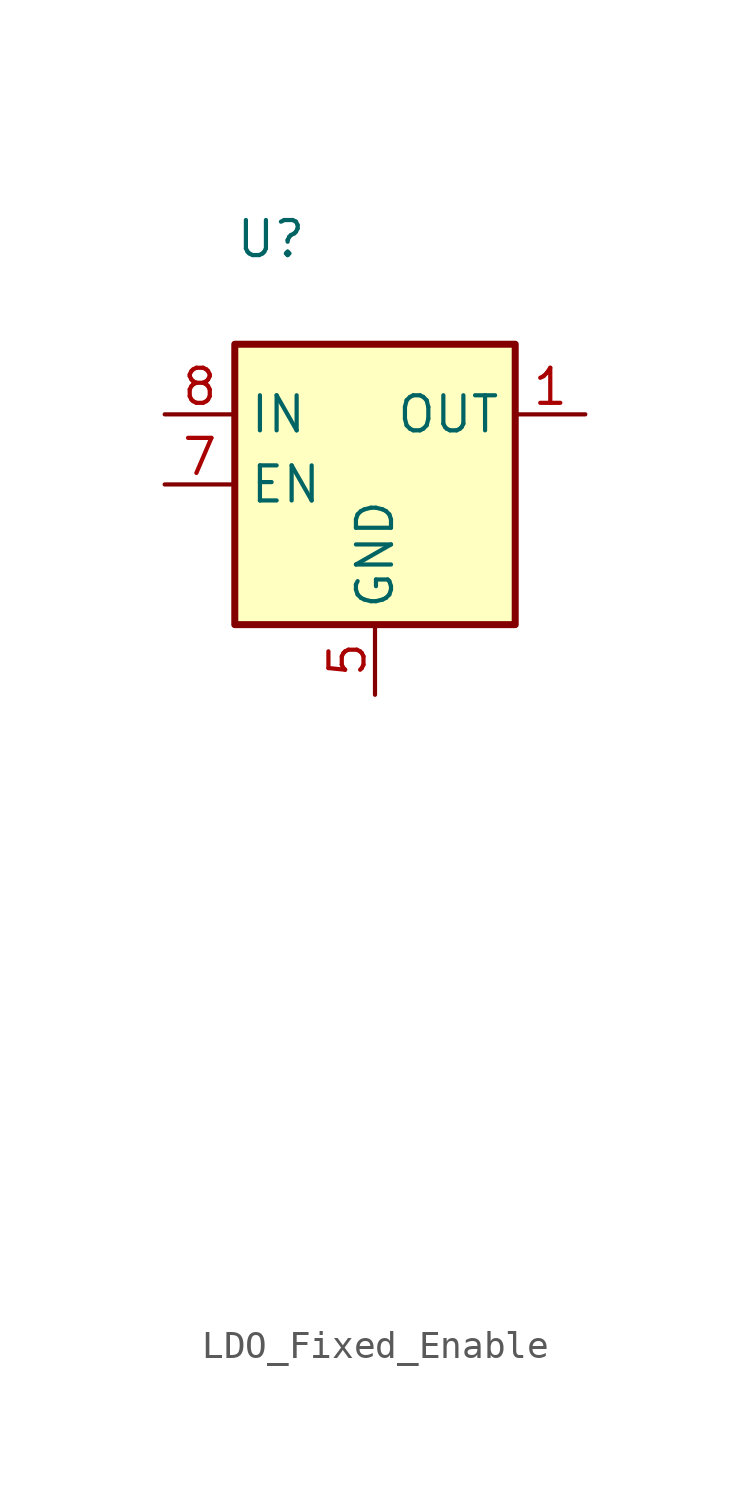
<source format=kicad_sym>
(kicad_symbol_lib
  (version 20220914)
  (generator kicad_symbol_editor)
  (symbol "LDO_Fixed_Enable"
    (property "Reference" "U"
      (at -5.08 8.89 0)
      (effects (font (size 1.27 1.27)) (justify left)))
    (property "Value" ""
      (at 6.35 6.35 0)
      (effects (font (size 1.27 1.27))))
    (symbol "LDO_Fixed_Enable_0_1"
      (rectangle (start -5.08 -5.08) (end 5.08 5.08) (stroke (width 0.254) (type default)) (fill (type background)))
      (pin power_out line (at 7.62 2.54 180) (length 2.54) (name "OUT" (effects (font (size 1.27 1.27)))) (number "1" (effects (font (size 1.27 1.27)))))
      (pin no_connect line (at 0 -19.05 180) (length 2.54) hide (name "" (effects (font (size 1.27 1.27)))) (number "2" (effects (font (size 1.27 1.27)))))
      (pin no_connect line (at 0 -21.59 180) (length 2.54) hide (name "" (effects (font (size 1.27 1.27)))) (number "3" (effects (font (size 1.27 1.27)))))
      (pin no_connect line (at 0 -24.13 180) (length 2.54) hide (name "" (effects (font (size 1.27 1.27)))) (number "4" (effects (font (size 1.27 1.27)))))
      (pin power_in line (at 0 -7.62 90) (length 2.54) (name "GND" (effects (font (size 1.27 1.27)))) (number "5" (effects (font (size 1.27 1.27)))))
      (pin no_connect line (at 0 -26.67 180) (length 2.54) hide (name "" (effects (font (size 1.27 1.27)))) (number "6" (effects (font (size 1.27 1.27)))))
      (pin input line (at -7.62 0 0) (length 2.54) (name "EN" (effects (font (size 1.27 1.27)))) (number "7" (effects (font (size 1.27 1.27)))))
      (pin power_in line (at -7.62 2.54 0) (length 2.54) (name "IN" (effects (font (size 1.27 1.27)))) (number "8" (effects (font (size 1.27 1.27))))))
    (symbol "LDO_Fixed_Enable_1_1"
      (pin passive line (at 0 -7.62 90) (length 2.54) hide (name "GND" (effects (font (size 1.27 1.27)))) (number "9" (effects (font (size 1.27 1.27))))))))
</source>
